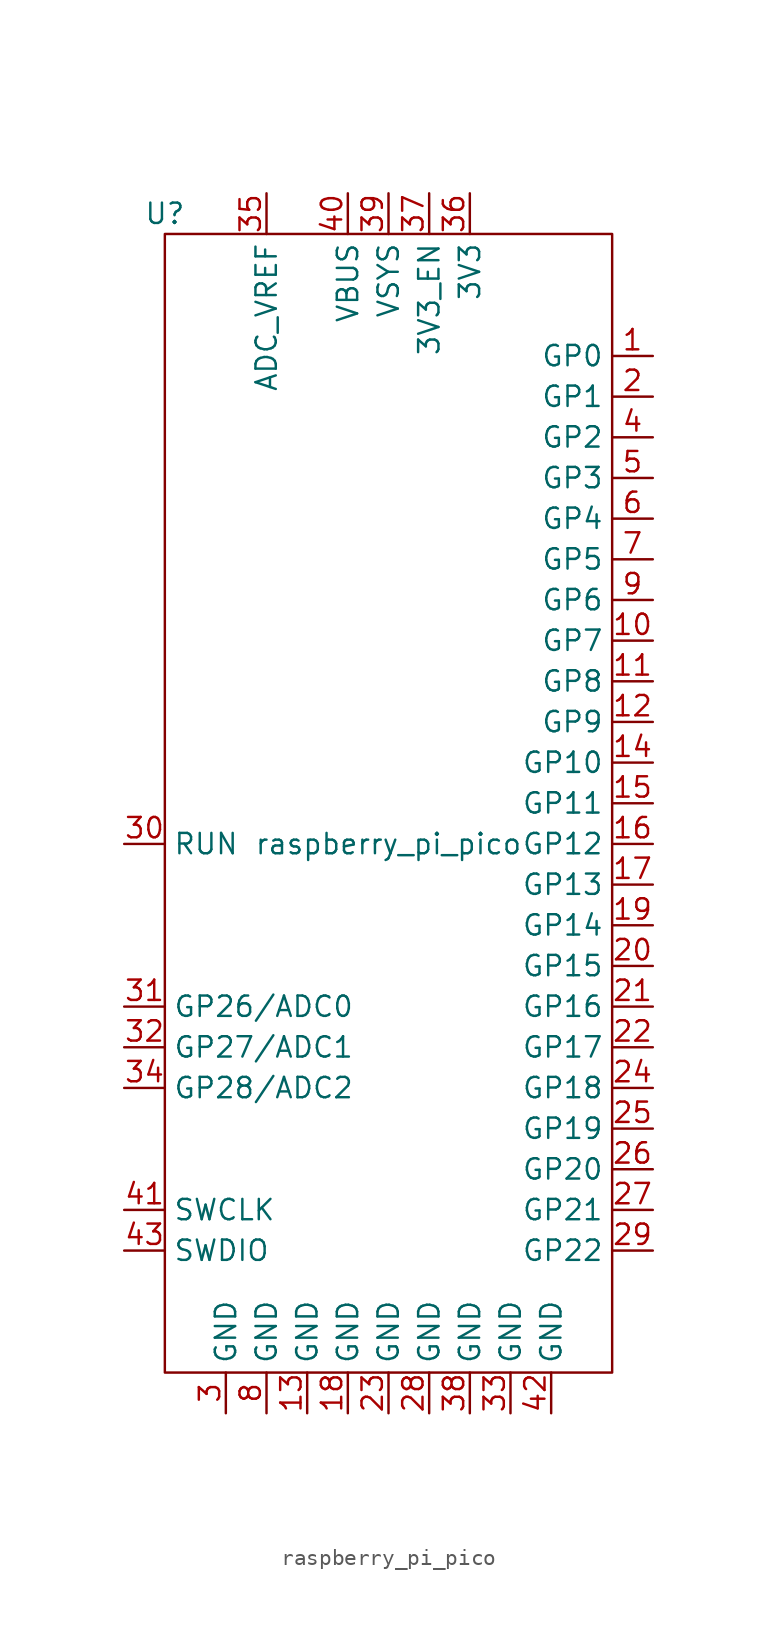
<source format=kicad_sym>
(kicad_symbol_lib
  (version 20211014)
  (generator kicad_symbol_editor)
  (symbol "raspberry_pi_pico"
    (property "Reference" "U"
      (at -13.97 39.37 0)
      (effects (font (size 1.27 1.27))))
    (property "Value" "raspberry_pi_pico"
      (at 0 0 0)
      (effects (font (size 1.27 1.27))))
    (symbol "raspberry_pi_pico_0_1"
      (rectangle (start -13.97 38.1) (end 13.97 -33.02) (stroke (width 0.152) (type default) (color 0 0 0 0)) (fill (type none))))
    (symbol "raspberry_pi_pico_1_1"
      (pin bidirectional line (at 16.51 30.48 180) (length 2.54) (name "GP0" (effects (font (size 1.27 1.27)))) (number "1" (effects (font (size 1.27 1.27)))))
      (pin bidirectional line (at 16.51 12.7 180) (length 2.54) (name "GP7" (effects (font (size 1.27 1.27)))) (number "10" (effects (font (size 1.27 1.27)))))
      (pin bidirectional line (at 16.51 10.16 180) (length 2.54) (name "GP8" (effects (font (size 1.27 1.27)))) (number "11" (effects (font (size 1.27 1.27)))))
      (pin bidirectional line (at 16.51 7.62 180) (length 2.54) (name "GP9" (effects (font (size 1.27 1.27)))) (number "12" (effects (font (size 1.27 1.27)))))
      (pin power_in line (at -5.08 -35.56 90) (length 2.54) (name "GND" (effects (font (size 1.27 1.27)))) (number "13" (effects (font (size 1.27 1.27)))))
      (pin bidirectional line (at 16.51 5.08 180) (length 2.54) (name "GP10" (effects (font (size 1.27 1.27)))) (number "14" (effects (font (size 1.27 1.27)))))
      (pin bidirectional line (at 16.51 2.54 180) (length 2.54) (name "GP11" (effects (font (size 1.27 1.27)))) (number "15" (effects (font (size 1.27 1.27)))))
      (pin bidirectional line (at 16.51 0 180) (length 2.54) (name "GP12" (effects (font (size 1.27 1.27)))) (number "16" (effects (font (size 1.27 1.27)))))
      (pin bidirectional line (at 16.51 -2.54 180) (length 2.54) (name "GP13" (effects (font (size 1.27 1.27)))) (number "17" (effects (font (size 1.27 1.27)))))
      (pin power_in line (at -2.54 -35.56 90) (length 2.54) (name "GND" (effects (font (size 1.27 1.27)))) (number "18" (effects (font (size 1.27 1.27)))))
      (pin bidirectional line (at 16.51 -5.08 180) (length 2.54) (name "GP14" (effects (font (size 1.27 1.27)))) (number "19" (effects (font (size 1.27 1.27)))))
      (pin bidirectional line (at 16.51 27.94 180) (length 2.54) (name "GP1" (effects (font (size 1.27 1.27)))) (number "2" (effects (font (size 1.27 1.27)))))
      (pin bidirectional line (at 16.51 -7.62 180) (length 2.54) (name "GP15" (effects (font (size 1.27 1.27)))) (number "20" (effects (font (size 1.27 1.27)))))
      (pin bidirectional line (at 16.51 -10.16 180) (length 2.54) (name "GP16" (effects (font (size 1.27 1.27)))) (number "21" (effects (font (size 1.27 1.27)))))
      (pin bidirectional line (at 16.51 -12.7 180) (length 2.54) (name "GP17" (effects (font (size 1.27 1.27)))) (number "22" (effects (font (size 1.27 1.27)))))
      (pin power_in line (at 0 -35.56 90) (length 2.54) (name "GND" (effects (font (size 1.27 1.27)))) (number "23" (effects (font (size 1.27 1.27)))))
      (pin bidirectional line (at 16.51 -15.24 180) (length 2.54) (name "GP18" (effects (font (size 1.27 1.27)))) (number "24" (effects (font (size 1.27 1.27)))))
      (pin bidirectional line (at 16.51 -17.78 180) (length 2.54) (name "GP19" (effects (font (size 1.27 1.27)))) (number "25" (effects (font (size 1.27 1.27)))))
      (pin bidirectional line (at 16.51 -20.32 180) (length 2.54) (name "GP20" (effects (font (size 1.27 1.27)))) (number "26" (effects (font (size 1.27 1.27)))))
      (pin bidirectional line (at 16.51 -22.86 180) (length 2.54) (name "GP21" (effects (font (size 1.27 1.27)))) (number "27" (effects (font (size 1.27 1.27)))))
      (pin power_in line (at 2.54 -35.56 90) (length 2.54) (name "GND" (effects (font (size 1.27 1.27)))) (number "28" (effects (font (size 1.27 1.27)))))
      (pin bidirectional line (at 16.51 -25.4 180) (length 2.54) (name "GP22" (effects (font (size 1.27 1.27)))) (number "29" (effects (font (size 1.27 1.27)))))
      (pin power_in line (at -10.16 -35.56 90) (length 2.54) (name "GND" (effects (font (size 1.27 1.27)))) (number "3" (effects (font (size 1.27 1.27)))))
      (pin bidirectional line (at -16.51 0 0) (length 2.54) (name "RUN" (effects (font (size 1.27 1.27)))) (number "30" (effects (font (size 1.27 1.27)))))
      (pin bidirectional line (at -16.51 -10.16 0) (length 2.54) (name "GP26/ADC0" (effects (font (size 1.27 1.27)))) (number "31" (effects (font (size 1.27 1.27)))))
      (pin bidirectional line (at -16.51 -12.7 0) (length 2.54) (name "GP27/ADC1" (effects (font (size 1.27 1.27)))) (number "32" (effects (font (size 1.27 1.27)))))
      (pin power_in line (at 7.62 -35.56 90) (length 2.54) (name "GND" (effects (font (size 1.27 1.27)))) (number "33" (effects (font (size 1.27 1.27)))))
      (pin bidirectional line (at -16.51 -15.24 0) (length 2.54) (name "GP28/ADC2" (effects (font (size 1.27 1.27)))) (number "34" (effects (font (size 1.27 1.27)))))
      (pin power_in line (at -7.62 40.64 270) (length 2.54) (name "ADC_VREF" (effects (font (size 1.27 1.27)))) (number "35" (effects (font (size 1.27 1.27)))))
      (pin power_out line (at 5.08 40.64 270) (length 2.54) (name "3V3" (effects (font (size 1.27 1.27)))) (number "36" (effects (font (size 1.27 1.27)))))
      (pin input line (at 2.54 40.64 270) (length 2.54) (name "3V3_EN" (effects (font (size 1.27 1.27)))) (number "37" (effects (font (size 1.27 1.27)))))
      (pin power_in line (at 5.08 -35.56 90) (length 2.54) (name "GND" (effects (font (size 1.27 1.27)))) (number "38" (effects (font (size 1.27 1.27)))))
      (pin power_in line (at 0 40.64 270) (length 2.54) (name "VSYS" (effects (font (size 1.27 1.27)))) (number "39" (effects (font (size 1.27 1.27)))))
      (pin bidirectional line (at 16.51 25.4 180) (length 2.54) (name "GP2" (effects (font (size 1.27 1.27)))) (number "4" (effects (font (size 1.27 1.27)))))
      (pin power_out line (at -2.54 40.64 270) (length 2.54) (name "VBUS" (effects (font (size 1.27 1.27)))) (number "40" (effects (font (size 1.27 1.27)))))
      (pin bidirectional line (at -16.51 -22.86 0) (length 2.54) (name "SWCLK" (effects (font (size 1.27 1.27)))) (number "41" (effects (font (size 1.27 1.27)))))
      (pin power_in line (at 10.16 -35.56 90) (length 2.54) (name "GND" (effects (font (size 1.27 1.27)))) (number "42" (effects (font (size 1.27 1.27)))))
      (pin bidirectional line (at -16.51 -25.4 0) (length 2.54) (name "SWDIO" (effects (font (size 1.27 1.27)))) (number "43" (effects (font (size 1.27 1.27)))))
      (pin bidirectional line (at 16.51 22.86 180) (length 2.54) (name "GP3" (effects (font (size 1.27 1.27)))) (number "5" (effects (font (size 1.27 1.27)))))
      (pin bidirectional line (at 16.51 20.32 180) (length 2.54) (name "GP4" (effects (font (size 1.27 1.27)))) (number "6" (effects (font (size 1.27 1.27)))))
      (pin bidirectional line (at 16.51 17.78 180) (length 2.54) (name "GP5" (effects (font (size 1.27 1.27)))) (number "7" (effects (font (size 1.27 1.27)))))
      (pin power_in line (at -7.62 -35.56 90) (length 2.54) (name "GND" (effects (font (size 1.27 1.27)))) (number "8" (effects (font (size 1.27 1.27)))))
      (pin bidirectional line (at 16.51 15.24 180) (length 2.54) (name "GP6" (effects (font (size 1.27 1.27)))) (number "9" (effects (font (size 1.27 1.27))))))))
</source>
